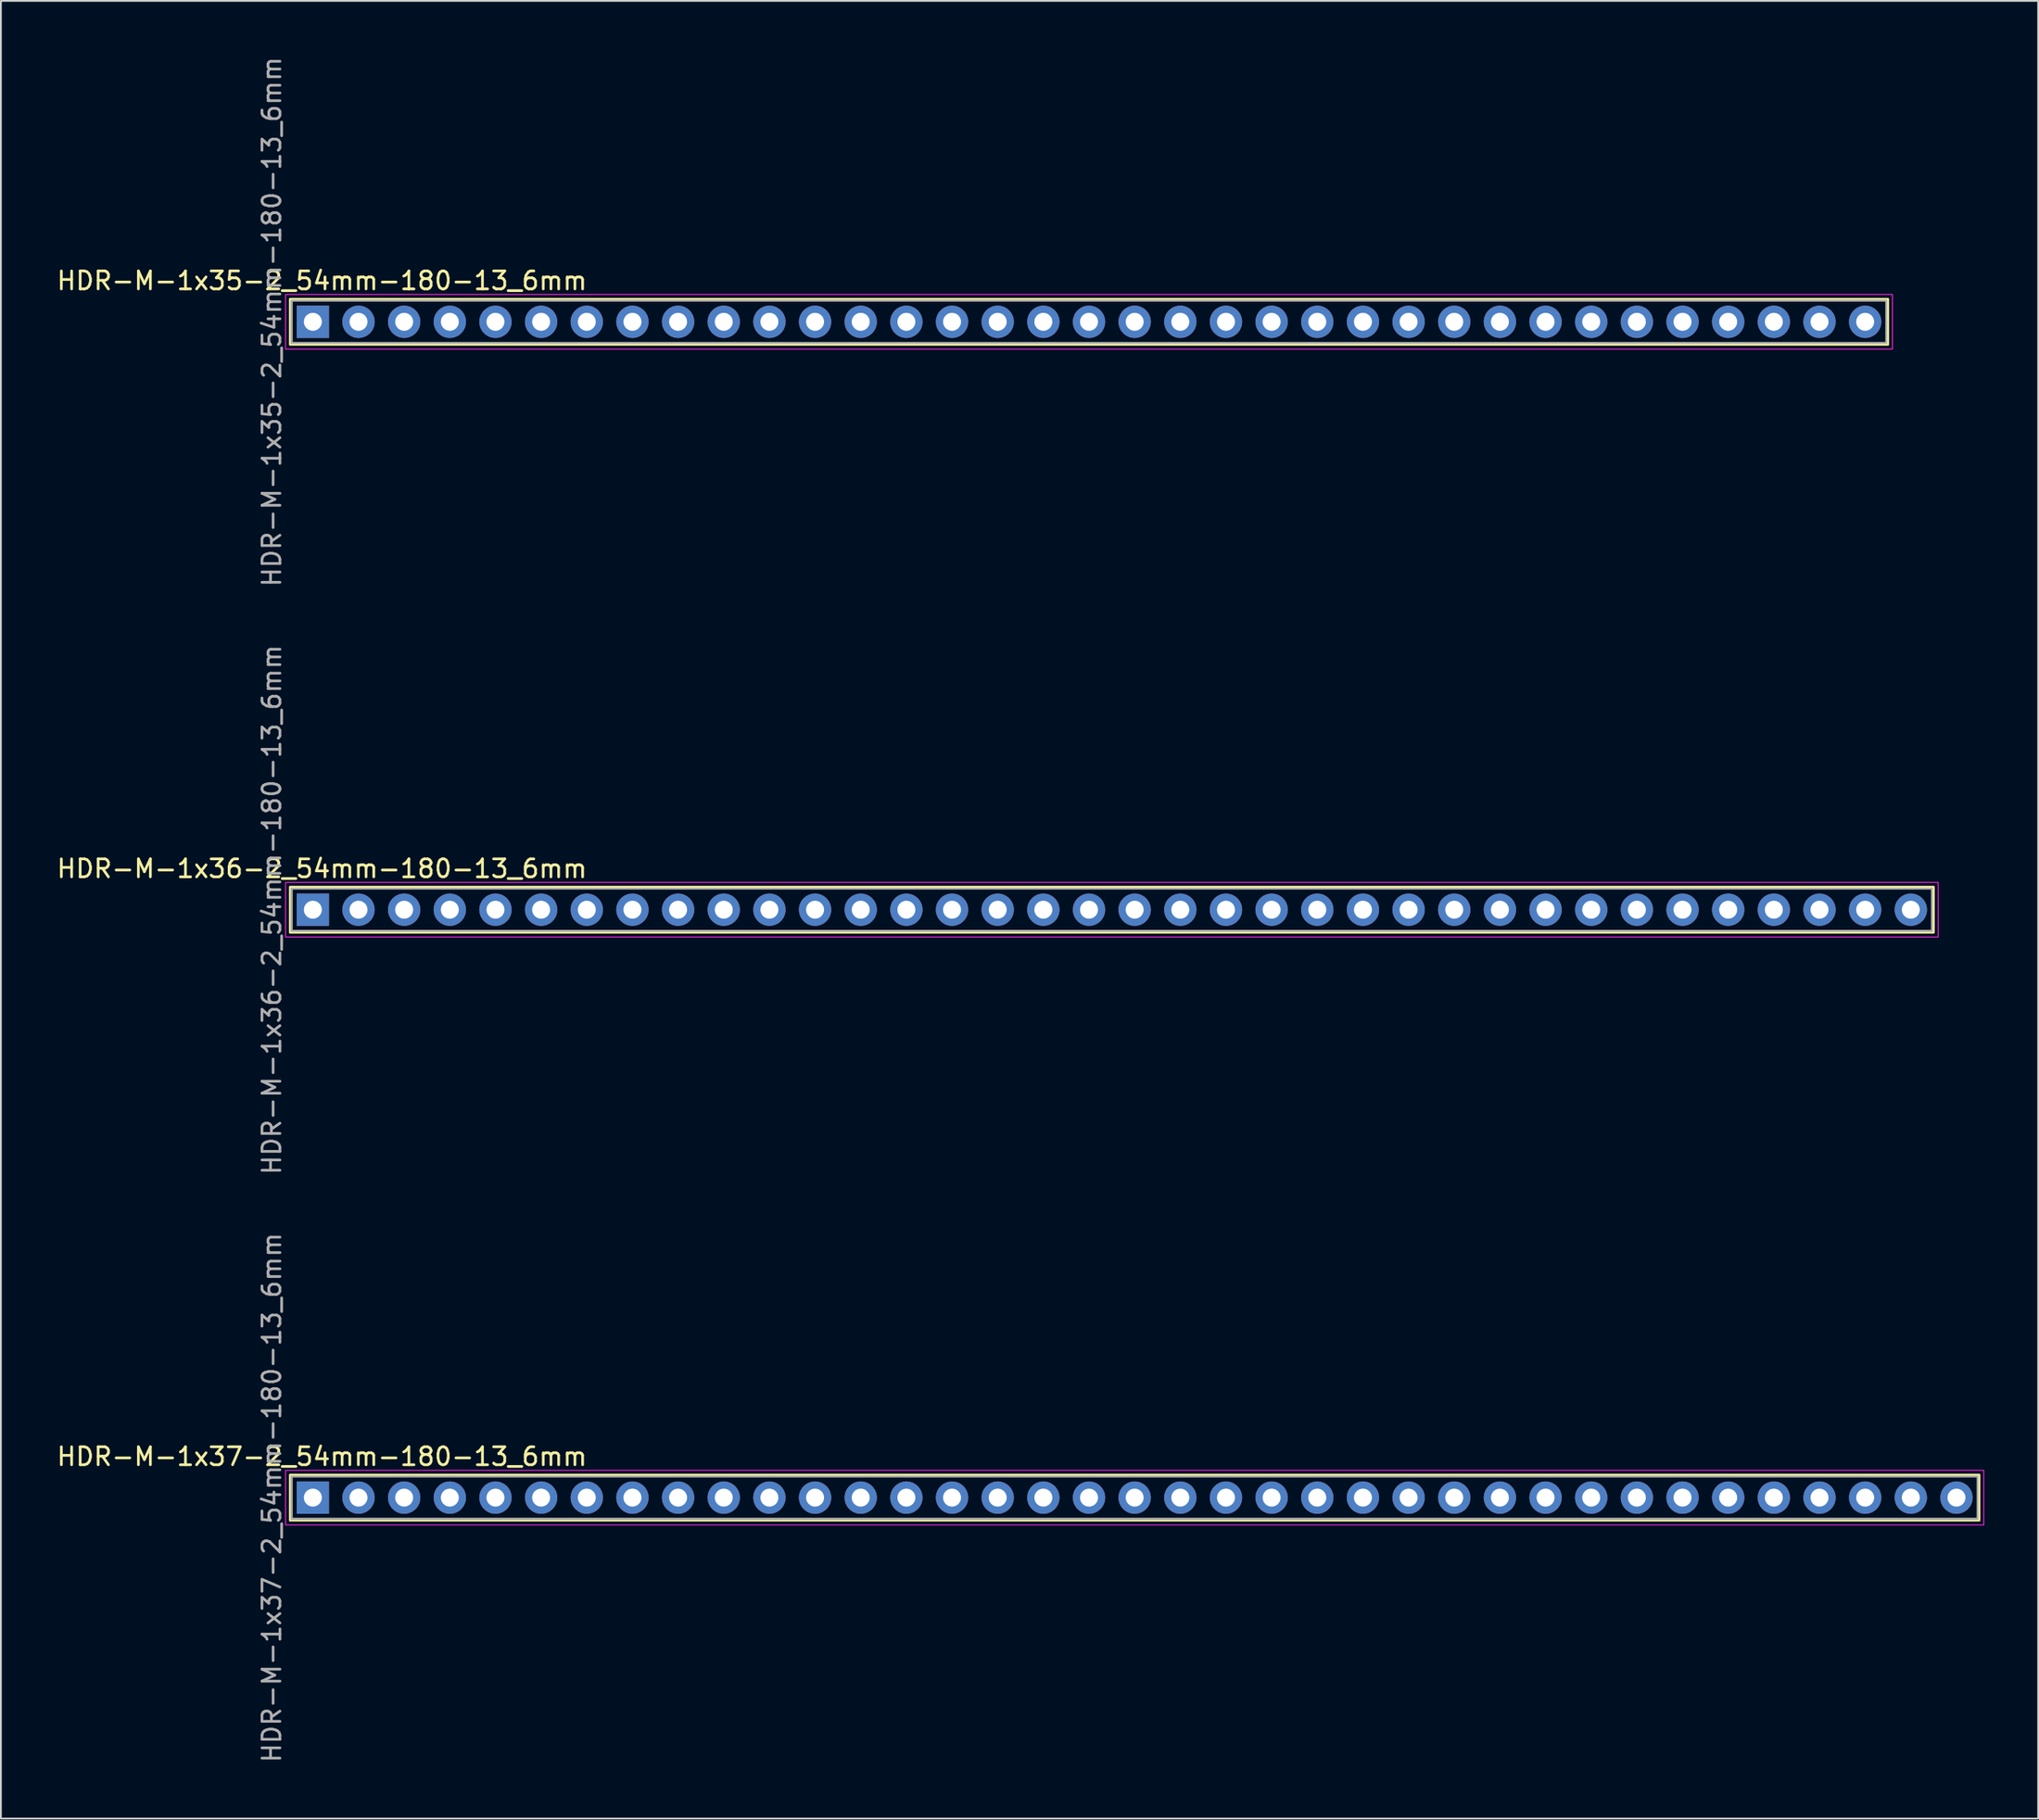
<source format=kicad_pcb>
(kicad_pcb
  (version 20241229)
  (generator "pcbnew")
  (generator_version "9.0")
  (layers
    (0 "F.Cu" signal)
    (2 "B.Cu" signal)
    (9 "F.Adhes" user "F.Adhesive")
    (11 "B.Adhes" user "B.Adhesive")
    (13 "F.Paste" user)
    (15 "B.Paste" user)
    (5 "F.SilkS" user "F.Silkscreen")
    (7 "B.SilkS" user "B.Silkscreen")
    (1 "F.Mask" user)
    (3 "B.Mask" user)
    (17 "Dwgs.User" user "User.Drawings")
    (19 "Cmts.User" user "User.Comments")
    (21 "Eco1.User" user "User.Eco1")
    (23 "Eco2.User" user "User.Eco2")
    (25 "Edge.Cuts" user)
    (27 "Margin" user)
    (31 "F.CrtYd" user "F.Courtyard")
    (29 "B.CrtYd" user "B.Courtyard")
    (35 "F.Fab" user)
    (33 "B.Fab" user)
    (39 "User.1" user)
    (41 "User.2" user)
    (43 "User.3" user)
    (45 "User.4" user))
  (footprint "HDR-M-1x36-2_54mm-180-13_6mm"
    (layer "F.Cu")
    (at 14.355 47.589)
    (property "Reference" "HDR-M-1x36-2_54mm-180-13_6mm" (at 0.508 -2.286 0) (unlocked yes) (layer "F.SilkS") (effects (font (size 1 1) (thickness 0.15))))
    (attr through_hole)
    (fp_rect (start -1.27 -1.27) (end 90.17 1.27) (stroke (width 0.12) (type solid)) (fill no) (layer "F.SilkS"))
    (fp_rect (start -1.52 -1.52) (end 90.42 1.52) (stroke (width 0.05) (type solid)) (fill no) (layer "F.CrtYd"))
    (fp_rect (start -1.17 -1.17) (end 90.07 1.17) (stroke (width 0.1) (type solid)) (fill no) (layer "F.Fab"))
    (fp_text user "${REFERENCE}" (at -2.286 0 90) (unlocked yes) (layer "F.Fab") (effects (font (size 1 1) (thickness 0.15))))
    (pad "1" thru_hole rect (at 0 0) (size 1.8 1.8) (drill 1) (layers "*.Cu" "*.Mask"))
    (pad "2" thru_hole circle (at 2.54 0) (size 1.8 1.8) (drill 1) (layers "*.Cu" "*.Mask"))
    (pad "3" thru_hole circle (at 5.08 0) (size 1.8 1.8) (drill 1) (layers "*.Cu" "*.Mask"))
    (pad "4" thru_hole circle (at 7.62 0) (size 1.8 1.8) (drill 1) (layers "*.Cu" "*.Mask"))
    (pad "5" thru_hole circle (at 10.16 0) (size 1.8 1.8) (drill 1) (layers "*.Cu" "*.Mask"))
    (pad "6" thru_hole circle (at 12.7 0) (size 1.8 1.8) (drill 1) (layers "*.Cu" "*.Mask"))
    (pad "7" thru_hole circle (at 15.24 0) (size 1.8 1.8) (drill 1) (layers "*.Cu" "*.Mask"))
    (pad "8" thru_hole circle (at 17.78 0) (size 1.8 1.8) (drill 1) (layers "*.Cu" "*.Mask"))
    (pad "9" thru_hole circle (at 20.32 0) (size 1.8 1.8) (drill 1) (layers "*.Cu" "*.Mask"))
    (pad "10" thru_hole circle (at 22.86 0) (size 1.8 1.8) (drill 1) (layers "*.Cu" "*.Mask"))
    (pad "11" thru_hole circle (at 25.4 0) (size 1.8 1.8) (drill 1) (layers "*.Cu" "*.Mask"))
    (pad "12" thru_hole circle (at 27.94 0) (size 1.8 1.8) (drill 1) (layers "*.Cu" "*.Mask"))
    (pad "13" thru_hole circle (at 30.48 0) (size 1.8 1.8) (drill 1) (layers "*.Cu" "*.Mask"))
    (pad "14" thru_hole circle (at 33.02 0) (size 1.8 1.8) (drill 1) (layers "*.Cu" "*.Mask"))
    (pad "15" thru_hole circle (at 35.56 0) (size 1.8 1.8) (drill 1) (layers "*.Cu" "*.Mask"))
    (pad "16" thru_hole circle (at 38.1 0) (size 1.8 1.8) (drill 1) (layers "*.Cu" "*.Mask"))
    (pad "17" thru_hole circle (at 40.64 0) (size 1.8 1.8) (drill 1) (layers "*.Cu" "*.Mask"))
    (pad "18" thru_hole circle (at 43.18 0) (size 1.8 1.8) (drill 1) (layers "*.Cu" "*.Mask"))
    (pad "19" thru_hole circle (at 45.72 0) (size 1.8 1.8) (drill 1) (layers "*.Cu" "*.Mask"))
    (pad "20" thru_hole circle (at 48.26 0) (size 1.8 1.8) (drill 1) (layers "*.Cu" "*.Mask"))
    (pad "21" thru_hole circle (at 50.8 0) (size 1.8 1.8) (drill 1) (layers "*.Cu" "*.Mask"))
    (pad "22" thru_hole circle (at 53.34 0) (size 1.8 1.8) (drill 1) (layers "*.Cu" "*.Mask"))
    (pad "23" thru_hole circle (at 55.88 0) (size 1.8 1.8) (drill 1) (layers "*.Cu" "*.Mask"))
    (pad "24" thru_hole circle (at 58.42 0) (size 1.8 1.8) (drill 1) (layers "*.Cu" "*.Mask"))
    (pad "25" thru_hole circle (at 60.96 0) (size 1.8 1.8) (drill 1) (layers "*.Cu" "*.Mask"))
    (pad "26" thru_hole circle (at 63.5 0) (size 1.8 1.8) (drill 1) (layers "*.Cu" "*.Mask"))
    (pad "27" thru_hole circle (at 66.04 0) (size 1.8 1.8) (drill 1) (layers "*.Cu" "*.Mask"))
    (pad "28" thru_hole circle (at 68.58 0) (size 1.8 1.8) (drill 1) (layers "*.Cu" "*.Mask"))
    (pad "29" thru_hole circle (at 71.12 0) (size 1.8 1.8) (drill 1) (layers "*.Cu" "*.Mask"))
    (pad "30" thru_hole circle (at 73.66 0) (size 1.8 1.8) (drill 1) (layers "*.Cu" "*.Mask"))
    (pad "31" thru_hole circle (at 76.2 0) (size 1.8 1.8) (drill 1) (layers "*.Cu" "*.Mask"))
    (pad "32" thru_hole circle (at 78.74 0) (size 1.8 1.8) (drill 1) (layers "*.Cu" "*.Mask"))
    (pad "33" thru_hole circle (at 81.28 0) (size 1.8 1.8) (drill 1) (layers "*.Cu" "*.Mask"))
    (pad "34" thru_hole circle (at 83.82 0) (size 1.8 1.8) (drill 1) (layers "*.Cu" "*.Mask"))
    (pad "35" thru_hole circle (at 86.36 0) (size 1.8 1.8) (drill 1) (layers "*.Cu" "*.Mask"))
    (pad "36" thru_hole circle (at 88.9 0) (size 1.8 1.8) (drill 1) (layers "*.Cu" "*.Mask")))
  (footprint "HDR-M-1x37-2_54mm-180-13_6mm"
    (layer "F.Cu")
    (at 14.355 80.315)
    (property "Reference" "HDR-M-1x37-2_54mm-180-13_6mm" (at 0.508 -2.286 0) (unlocked yes) (layer "F.SilkS") (effects (font (size 1 1) (thickness 0.15))))
    (attr through_hole)
    (fp_rect (start -1.27 -1.27) (end 92.71 1.27) (stroke (width 0.12) (type solid)) (fill no) (layer "F.SilkS"))
    (fp_rect (start -1.52 -1.52) (end 92.96 1.52) (stroke (width 0.05) (type solid)) (fill no) (layer "F.CrtYd"))
    (fp_rect (start -1.17 -1.17) (end 92.61 1.17) (stroke (width 0.1) (type solid)) (fill no) (layer "F.Fab"))
    (fp_text user "${REFERENCE}" (at -2.286 0 90) (unlocked yes) (layer "F.Fab") (effects (font (size 1 1) (thickness 0.15))))
    (pad "1" thru_hole rect (at 0 0) (size 1.8 1.8) (drill 1) (layers "*.Cu" "*.Mask"))
    (pad "2" thru_hole circle (at 2.54 0) (size 1.8 1.8) (drill 1) (layers "*.Cu" "*.Mask"))
    (pad "3" thru_hole circle (at 5.08 0) (size 1.8 1.8) (drill 1) (layers "*.Cu" "*.Mask"))
    (pad "4" thru_hole circle (at 7.62 0) (size 1.8 1.8) (drill 1) (layers "*.Cu" "*.Mask"))
    (pad "5" thru_hole circle (at 10.16 0) (size 1.8 1.8) (drill 1) (layers "*.Cu" "*.Mask"))
    (pad "6" thru_hole circle (at 12.7 0) (size 1.8 1.8) (drill 1) (layers "*.Cu" "*.Mask"))
    (pad "7" thru_hole circle (at 15.24 0) (size 1.8 1.8) (drill 1) (layers "*.Cu" "*.Mask"))
    (pad "8" thru_hole circle (at 17.78 0) (size 1.8 1.8) (drill 1) (layers "*.Cu" "*.Mask"))
    (pad "9" thru_hole circle (at 20.32 0) (size 1.8 1.8) (drill 1) (layers "*.Cu" "*.Mask"))
    (pad "10" thru_hole circle (at 22.86 0) (size 1.8 1.8) (drill 1) (layers "*.Cu" "*.Mask"))
    (pad "11" thru_hole circle (at 25.4 0) (size 1.8 1.8) (drill 1) (layers "*.Cu" "*.Mask"))
    (pad "12" thru_hole circle (at 27.94 0) (size 1.8 1.8) (drill 1) (layers "*.Cu" "*.Mask"))
    (pad "13" thru_hole circle (at 30.48 0) (size 1.8 1.8) (drill 1) (layers "*.Cu" "*.Mask"))
    (pad "14" thru_hole circle (at 33.02 0) (size 1.8 1.8) (drill 1) (layers "*.Cu" "*.Mask"))
    (pad "15" thru_hole circle (at 35.56 0) (size 1.8 1.8) (drill 1) (layers "*.Cu" "*.Mask"))
    (pad "16" thru_hole circle (at 38.1 0) (size 1.8 1.8) (drill 1) (layers "*.Cu" "*.Mask"))
    (pad "17" thru_hole circle (at 40.64 0) (size 1.8 1.8) (drill 1) (layers "*.Cu" "*.Mask"))
    (pad "18" thru_hole circle (at 43.18 0) (size 1.8 1.8) (drill 1) (layers "*.Cu" "*.Mask"))
    (pad "19" thru_hole circle (at 45.72 0) (size 1.8 1.8) (drill 1) (layers "*.Cu" "*.Mask"))
    (pad "20" thru_hole circle (at 48.26 0) (size 1.8 1.8) (drill 1) (layers "*.Cu" "*.Mask"))
    (pad "21" thru_hole circle (at 50.8 0) (size 1.8 1.8) (drill 1) (layers "*.Cu" "*.Mask"))
    (pad "22" thru_hole circle (at 53.34 0) (size 1.8 1.8) (drill 1) (layers "*.Cu" "*.Mask"))
    (pad "23" thru_hole circle (at 55.88 0) (size 1.8 1.8) (drill 1) (layers "*.Cu" "*.Mask"))
    (pad "24" thru_hole circle (at 58.42 0) (size 1.8 1.8) (drill 1) (layers "*.Cu" "*.Mask"))
    (pad "25" thru_hole circle (at 60.96 0) (size 1.8 1.8) (drill 1) (layers "*.Cu" "*.Mask"))
    (pad "26" thru_hole circle (at 63.5 0) (size 1.8 1.8) (drill 1) (layers "*.Cu" "*.Mask"))
    (pad "27" thru_hole circle (at 66.04 0) (size 1.8 1.8) (drill 1) (layers "*.Cu" "*.Mask"))
    (pad "28" thru_hole circle (at 68.58 0) (size 1.8 1.8) (drill 1) (layers "*.Cu" "*.Mask"))
    (pad "29" thru_hole circle (at 71.12 0) (size 1.8 1.8) (drill 1) (layers "*.Cu" "*.Mask"))
    (pad "30" thru_hole circle (at 73.66 0) (size 1.8 1.8) (drill 1) (layers "*.Cu" "*.Mask"))
    (pad "31" thru_hole circle (at 76.2 0) (size 1.8 1.8) (drill 1) (layers "*.Cu" "*.Mask"))
    (pad "32" thru_hole circle (at 78.74 0) (size 1.8 1.8) (drill 1) (layers "*.Cu" "*.Mask"))
    (pad "33" thru_hole circle (at 81.28 0) (size 1.8 1.8) (drill 1) (layers "*.Cu" "*.Mask"))
    (pad "34" thru_hole circle (at 83.82 0) (size 1.8 1.8) (drill 1) (layers "*.Cu" "*.Mask"))
    (pad "35" thru_hole circle (at 86.36 0) (size 1.8 1.8) (drill 1) (layers "*.Cu" "*.Mask"))
    (pad "36" thru_hole circle (at 88.9 0) (size 1.8 1.8) (drill 1) (layers "*.Cu" "*.Mask"))
    (pad "37" thru_hole circle (at 91.44 0) (size 1.8 1.8) (drill 1) (layers "*.Cu" "*.Mask")))
  (footprint "HDR-M-1x35-2_54mm-180-13_6mm"
    (layer "F.Cu")
    (at 14.355 14.863)
    (property "Reference" "HDR-M-1x35-2_54mm-180-13_6mm" (at 0.508 -2.286 0) (unlocked yes) (layer "F.SilkS") (effects (font (size 1 1) (thickness 0.15))))
    (attr through_hole)
    (fp_rect (start -1.27 -1.27) (end 87.63 1.27) (stroke (width 0.12) (type solid)) (fill no) (layer "F.SilkS"))
    (fp_rect (start -1.52 -1.52) (end 87.88 1.52) (stroke (width 0.05) (type solid)) (fill no) (layer "F.CrtYd"))
    (fp_rect (start -1.17 -1.17) (end 87.53 1.17) (stroke (width 0.1) (type solid)) (fill no) (layer "F.Fab"))
    (fp_text user "${REFERENCE}" (at -2.286 0 90) (unlocked yes) (layer "F.Fab") (effects (font (size 1 1) (thickness 0.15))))
    (pad "1" thru_hole rect (at 0 0) (size 1.8 1.8) (drill 1) (layers "*.Cu" "*.Mask"))
    (pad "2" thru_hole circle (at 2.54 0) (size 1.8 1.8) (drill 1) (layers "*.Cu" "*.Mask"))
    (pad "3" thru_hole circle (at 5.08 0) (size 1.8 1.8) (drill 1) (layers "*.Cu" "*.Mask"))
    (pad "4" thru_hole circle (at 7.62 0) (size 1.8 1.8) (drill 1) (layers "*.Cu" "*.Mask"))
    (pad "5" thru_hole circle (at 10.16 0) (size 1.8 1.8) (drill 1) (layers "*.Cu" "*.Mask"))
    (pad "6" thru_hole circle (at 12.7 0) (size 1.8 1.8) (drill 1) (layers "*.Cu" "*.Mask"))
    (pad "7" thru_hole circle (at 15.24 0) (size 1.8 1.8) (drill 1) (layers "*.Cu" "*.Mask"))
    (pad "8" thru_hole circle (at 17.78 0) (size 1.8 1.8) (drill 1) (layers "*.Cu" "*.Mask"))
    (pad "9" thru_hole circle (at 20.32 0) (size 1.8 1.8) (drill 1) (layers "*.Cu" "*.Mask"))
    (pad "10" thru_hole circle (at 22.86 0) (size 1.8 1.8) (drill 1) (layers "*.Cu" "*.Mask"))
    (pad "11" thru_hole circle (at 25.4 0) (size 1.8 1.8) (drill 1) (layers "*.Cu" "*.Mask"))
    (pad "12" thru_hole circle (at 27.94 0) (size 1.8 1.8) (drill 1) (layers "*.Cu" "*.Mask"))
    (pad "13" thru_hole circle (at 30.48 0) (size 1.8 1.8) (drill 1) (layers "*.Cu" "*.Mask"))
    (pad "14" thru_hole circle (at 33.02 0) (size 1.8 1.8) (drill 1) (layers "*.Cu" "*.Mask"))
    (pad "15" thru_hole circle (at 35.56 0) (size 1.8 1.8) (drill 1) (layers "*.Cu" "*.Mask"))
    (pad "16" thru_hole circle (at 38.1 0) (size 1.8 1.8) (drill 1) (layers "*.Cu" "*.Mask"))
    (pad "17" thru_hole circle (at 40.64 0) (size 1.8 1.8) (drill 1) (layers "*.Cu" "*.Mask"))
    (pad "18" thru_hole circle (at 43.18 0) (size 1.8 1.8) (drill 1) (layers "*.Cu" "*.Mask"))
    (pad "19" thru_hole circle (at 45.72 0) (size 1.8 1.8) (drill 1) (layers "*.Cu" "*.Mask"))
    (pad "20" thru_hole circle (at 48.26 0) (size 1.8 1.8) (drill 1) (layers "*.Cu" "*.Mask"))
    (pad "21" thru_hole circle (at 50.8 0) (size 1.8 1.8) (drill 1) (layers "*.Cu" "*.Mask"))
    (pad "22" thru_hole circle (at 53.34 0) (size 1.8 1.8) (drill 1) (layers "*.Cu" "*.Mask"))
    (pad "23" thru_hole circle (at 55.88 0) (size 1.8 1.8) (drill 1) (layers "*.Cu" "*.Mask"))
    (pad "24" thru_hole circle (at 58.42 0) (size 1.8 1.8) (drill 1) (layers "*.Cu" "*.Mask"))
    (pad "25" thru_hole circle (at 60.96 0) (size 1.8 1.8) (drill 1) (layers "*.Cu" "*.Mask"))
    (pad "26" thru_hole circle (at 63.5 0) (size 1.8 1.8) (drill 1) (layers "*.Cu" "*.Mask"))
    (pad "27" thru_hole circle (at 66.04 0) (size 1.8 1.8) (drill 1) (layers "*.Cu" "*.Mask"))
    (pad "28" thru_hole circle (at 68.58 0) (size 1.8 1.8) (drill 1) (layers "*.Cu" "*.Mask"))
    (pad "29" thru_hole circle (at 71.12 0) (size 1.8 1.8) (drill 1) (layers "*.Cu" "*.Mask"))
    (pad "30" thru_hole circle (at 73.66 0) (size 1.8 1.8) (drill 1) (layers "*.Cu" "*.Mask"))
    (pad "31" thru_hole circle (at 76.2 0) (size 1.8 1.8) (drill 1) (layers "*.Cu" "*.Mask"))
    (pad "32" thru_hole circle (at 78.74 0) (size 1.8 1.8) (drill 1) (layers "*.Cu" "*.Mask"))
    (pad "33" thru_hole circle (at 81.28 0) (size 1.8 1.8) (drill 1) (layers "*.Cu" "*.Mask"))
    (pad "34" thru_hole circle (at 83.82 0) (size 1.8 1.8) (drill 1) (layers "*.Cu" "*.Mask"))
    (pad "35" thru_hole circle (at 86.36 0) (size 1.8 1.8) (drill 1) (layers "*.Cu" "*.Mask")))
  (gr_rect
    (start -3 -3)
    (end 110.34 98.179)
    (stroke (width 0.1) (type default))
    (fill no)
    (layer "Edge.Cuts")))
</source>
